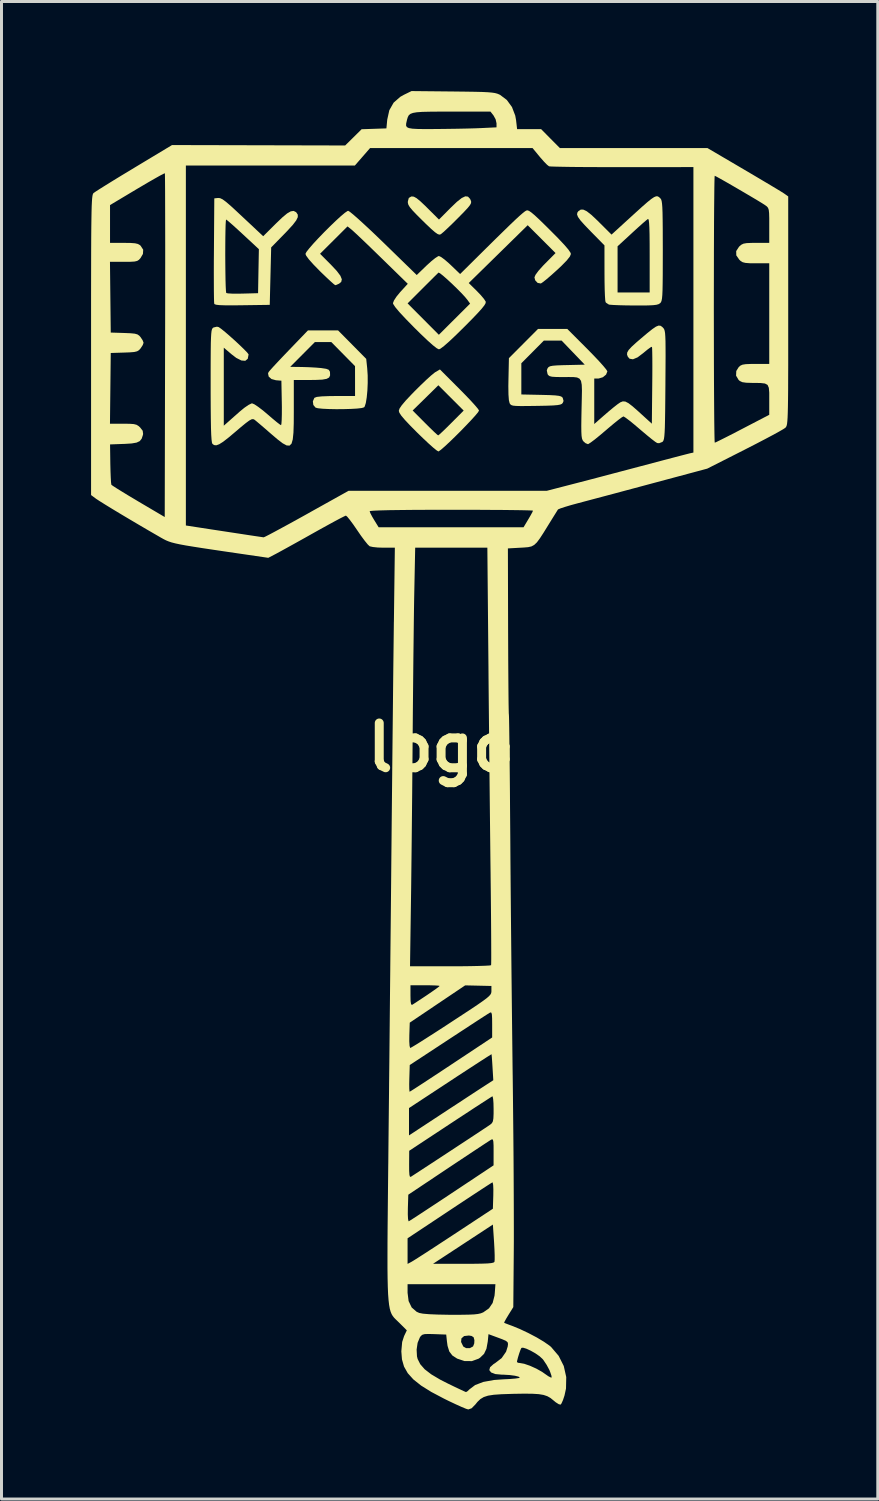
<source format=kicad_pcb>
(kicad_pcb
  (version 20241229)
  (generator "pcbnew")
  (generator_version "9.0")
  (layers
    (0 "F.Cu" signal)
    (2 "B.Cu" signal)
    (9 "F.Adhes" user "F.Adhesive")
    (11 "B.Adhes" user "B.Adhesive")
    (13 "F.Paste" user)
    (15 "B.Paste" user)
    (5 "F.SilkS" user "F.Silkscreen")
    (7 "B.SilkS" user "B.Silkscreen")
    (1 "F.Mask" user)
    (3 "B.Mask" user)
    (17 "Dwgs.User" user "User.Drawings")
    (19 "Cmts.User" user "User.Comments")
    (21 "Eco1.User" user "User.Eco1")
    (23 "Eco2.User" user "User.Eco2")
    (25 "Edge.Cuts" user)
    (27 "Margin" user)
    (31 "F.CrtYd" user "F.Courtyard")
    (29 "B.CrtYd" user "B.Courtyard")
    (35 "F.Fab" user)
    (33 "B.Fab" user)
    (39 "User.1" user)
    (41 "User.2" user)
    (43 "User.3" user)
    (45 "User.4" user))
  (footprint "logo"
    (layer "F.Cu")
    (at 11.723 21.985)
    (property "Reference" "logo" (at 0 0 0) (layer "F.SilkS") (effects (font (size 1.5 1.5) (thickness 0.3))))
    (attr board_only exclude_from_pos_files exclude_from_bom)
    (fp_poly (pts (xy 0.9 -18.45) (xy 0.968 -18.377) (xy 0.987 -18.339) (xy 1.006 -18.286) (xy 1.003 -18.234) (xy 0.969 -18.168) (xy 0.896 -18.076) (xy 0.773 -17.944) (xy 0.591 -17.758) (xy 0.558 -17.725) (xy 0.376 -17.544) (xy 0.211 -17.386) (xy 0.08 -17.265) (xy -0.003 -17.196) (xy -0.016 -17.187) (xy -0.061 -17.177) (xy -0.121 -17.199) (xy -0.209 -17.261) (xy -0.336 -17.372) (xy -0.513 -17.54) (xy -0.616 -17.641) (xy -0.818 -17.842) (xy -0.958 -17.989) (xy -1.048 -18.097) (xy -1.096 -18.177) (xy -1.114 -18.244) (xy -1.113 -18.292) (xy -1.082 -18.405) (xy -1.003 -18.452) (xy -0.982 -18.456) (xy -0.913 -18.448) (xy -0.823 -18.399) (xy -0.7 -18.299) (xy -0.53 -18.139) (xy -0.468 -18.077) (xy -0.071 -17.682) (xy 0.317 -18.073) (xy 0.528 -18.275) (xy 0.69 -18.403) (xy 0.811 -18.46)) (stroke (width 0) (type solid)) (fill yes) (layer "F.SilkS"))
    (fp_poly (pts (xy 0.615 -12.007) (xy 0.82 -11.799) (xy 0.999 -11.611) (xy 1.141 -11.454) (xy 1.235 -11.342) (xy 1.27 -11.286) (xy 1.27 -11.286) (xy 1.237 -11.228) (xy 1.145 -11.117) (xy 1.009 -10.967) (xy 0.841 -10.79) (xy 0.656 -10.599) (xy 0.465 -10.409) (xy 0.283 -10.233) (xy 0.123 -10.084) (xy -0.002 -9.975) (xy -0.079 -9.92) (xy -0.091 -9.916) (xy -0.147 -9.949) (xy -0.26 -10.04) (xy -0.416 -10.179) (xy -0.603 -10.355) (xy -0.79 -10.536) (xy -1.034 -10.782) (xy -1.212 -10.971) (xy -1.331 -11.111) (xy -1.397 -11.211) (xy -1.417 -11.276) (xy -1.413 -11.287) (xy -0.953 -11.287) (xy -0.538 -10.87) (xy -0.376 -10.709) (xy -0.239 -10.576) (xy -0.142 -10.487) (xy -0.098 -10.453) (xy -0.098 -10.453) (xy -0.055 -10.486) (xy 0.042 -10.575) (xy 0.178 -10.706) (xy 0.34 -10.867) (xy 0.342 -10.869) (xy 0.756 -11.284) (xy 0.332 -11.708) (xy -0.092 -12.132) (xy -0.522 -11.709) (xy -0.953 -11.287) (xy -1.413 -11.287) (xy -1.393 -11.351) (xy -1.318 -11.462) (xy -1.186 -11.619) (xy -0.989 -11.828) (xy -0.881 -11.939) (xy -0.684 -12.134) (xy -0.499 -12.311) (xy -0.341 -12.454) (xy -0.227 -12.548) (xy -0.193 -12.572) (xy -0.039 -12.662)) (stroke (width 0) (type solid)) (fill yes) (layer "F.SilkS"))
    (fp_poly (pts (xy -7.403 -18.399) (xy -7.32 -18.36) (xy -7.208 -18.278) (xy -7.052 -18.145) (xy -6.842 -17.952) (xy -6.834 -17.944) (xy -6.632 -17.755) (xy -6.439 -17.575) (xy -6.275 -17.421) (xy -6.158 -17.311) (xy -6.142 -17.296) (xy -5.958 -17.124) (xy -5.53 -17.55) (xy -5.318 -17.753) (xy -5.157 -17.887) (xy -5.035 -17.957) (xy -4.94 -17.971) (xy -4.863 -17.933) (xy -4.846 -17.917) (xy -4.8 -17.846) (xy -4.8 -17.762) (xy -4.853 -17.653) (xy -4.964 -17.507) (xy -5.141 -17.313) (xy -5.239 -17.211) (xy -5.691 -16.749) (xy -5.715 -15.787) (xy -5.739 -14.825) (xy -6.656 -14.812) (xy -6.995 -14.808) (xy -7.246 -14.81) (xy -7.422 -14.816) (xy -7.532 -14.829) (xy -7.587 -14.848) (xy -7.597 -14.861) (xy -7.603 -14.922) (xy -7.607 -15.071) (xy -7.61 -15.293) (xy -7.611 -15.579) (xy -7.612 -15.917) (xy -7.611 -16.294) (xy -7.609 -16.496) (xy -7.229 -16.496) (xy -7.227 -16.198) (xy -7.224 -15.913) (xy -7.22 -15.657) (xy -7.214 -15.447) (xy -7.206 -15.298) (xy -7.197 -15.226) (xy -7.195 -15.222) (xy -7.135 -15.209) (xy -6.999 -15.201) (xy -6.809 -15.199) (xy -6.646 -15.202) (xy -6.13 -15.216) (xy -6.117 -15.953) (xy -6.103 -16.69) (xy -6.637 -17.186) (xy -6.826 -17.36) (xy -6.989 -17.507) (xy -7.114 -17.616) (xy -7.187 -17.675) (xy -7.2 -17.682) (xy -7.209 -17.636) (xy -7.217 -17.508) (xy -7.222 -17.314) (xy -7.226 -17.07) (xy -7.228 -16.792) (xy -7.229 -16.496) (xy -7.609 -16.496) (xy -7.608 -16.657) (xy -7.596 -18.391) (xy -7.469 -18.405)) (stroke (width 0) (type solid)) (fill yes) (layer "F.SilkS"))
    (fp_poly (pts (xy 7.253 -18.46) (xy 7.297 -18.435) (xy 7.343 -18.392) (xy 7.348 -18.387) (xy 7.369 -18.356) (xy 7.386 -18.302) (xy 7.399 -18.217) (xy 7.409 -18.089) (xy 7.416 -17.909) (xy 7.42 -17.667) (xy 7.423 -17.355) (xy 7.424 -16.961) (xy 7.425 -16.636) (xy 7.424 -16.186) (xy 7.423 -15.823) (xy 7.42 -15.538) (xy 7.416 -15.32) (xy 7.409 -15.16) (xy 7.399 -15.047) (xy 7.385 -14.971) (xy 7.368 -14.923) (xy 7.346 -14.891) (xy 7.335 -14.881) (xy 7.288 -14.85) (xy 7.214 -14.828) (xy 7.099 -14.814) (xy 6.928 -14.806) (xy 6.684 -14.804) (xy 6.468 -14.804) (xy 6.198 -14.807) (xy 5.959 -14.813) (xy 5.77 -14.821) (xy 5.649 -14.83) (xy 5.617 -14.836) (xy 5.529 -14.893) (xy 5.508 -14.918) (xy 5.497 -14.981) (xy 5.487 -15.127) (xy 5.479 -15.337) (xy 5.474 -15.597) (xy 5.472 -15.889) (xy 5.472 -15.894) (xy 5.471 -16.786) (xy 5.91 -16.786) (xy 5.91 -16.013) (xy 5.91 -15.24) (xy 6.448 -15.24) (xy 6.985 -15.24) (xy 6.985 -16.488) (xy 6.984 -16.883) (xy 6.981 -17.188) (xy 6.975 -17.413) (xy 6.966 -17.568) (xy 6.954 -17.66) (xy 6.938 -17.7) (xy 6.924 -17.7) (xy 6.867 -17.655) (xy 6.753 -17.557) (xy 6.599 -17.419) (xy 6.42 -17.256) (xy 6.387 -17.225) (xy 5.91 -16.786) (xy 5.471 -16.786) (xy 5.471 -16.817) (xy 5.007 -17.289) (xy 4.804 -17.5) (xy 4.665 -17.656) (xy 4.584 -17.77) (xy 4.553 -17.853) (xy 4.565 -17.918) (xy 4.601 -17.966) (xy 4.677 -18.015) (xy 4.766 -18.014) (xy 4.881 -17.958) (xy 5.033 -17.839) (xy 5.232 -17.652) (xy 5.283 -17.601) (xy 5.708 -17.178) (xy 6.212 -17.639) (xy 6.504 -17.905) (xy 6.733 -18.112) (xy 6.908 -18.265) (xy 7.038 -18.37) (xy 7.133 -18.433) (xy 7.202 -18.461)) (stroke (width 0) (type solid)) (fill yes) (layer "F.SilkS"))
    (fp_poly (pts (xy 2.944 -17.973) (xy 3.023 -17.919) (xy 3.136 -17.824) (xy 3.293 -17.678) (xy 3.503 -17.473) (xy 3.643 -17.334) (xy 3.92 -17.055) (xy 4.126 -16.836) (xy 4.264 -16.675) (xy 4.335 -16.569) (xy 4.347 -16.528) (xy 4.313 -16.445) (xy 4.209 -16.313) (xy 4.031 -16.131) (xy 3.879 -15.989) (xy 3.698 -15.826) (xy 3.538 -15.688) (xy 3.415 -15.59) (xy 3.345 -15.543) (xy 3.34 -15.541) (xy 3.233 -15.56) (xy 3.152 -15.646) (xy 3.126 -15.746) (xy 3.162 -15.831) (xy 3.261 -15.966) (xy 3.414 -16.137) (xy 3.48 -16.204) (xy 3.833 -16.56) (xy 3.367 -17.026) (xy 2.9 -17.492) (xy 1.913 -16.524) (xy 0.926 -15.556) (xy 1.196 -15.29) (xy 1.33 -15.15) (xy 1.435 -15.025) (xy 1.492 -14.938) (xy 1.495 -14.93) (xy 1.491 -14.883) (xy 1.449 -14.809) (xy 1.364 -14.701) (xy 1.228 -14.55) (xy 1.035 -14.348) (xy 0.777 -14.088) (xy 0.775 -14.086) (xy 0.5 -13.815) (xy 0.272 -13.6) (xy 0.096 -13.446) (xy -0.023 -13.357) (xy -0.073 -13.335) (xy -0.145 -13.371) (xy -0.277 -13.474) (xy -0.464 -13.641) (xy -0.701 -13.867) (xy -0.892 -14.056) (xy -1.18 -14.35) (xy -1.395 -14.581) (xy -1.536 -14.749) (xy -1.605 -14.855) (xy -1.61 -14.874) (xy -1.122 -14.874) (xy -0.599 -14.349) (xy -0.075 -13.823) (xy 0.448 -14.345) (xy 0.971 -14.866) (xy 0.881 -14.992) (xy 0.798 -15.093) (xy 0.673 -15.227) (xy 0.522 -15.379) (xy 0.36 -15.536) (xy 0.203 -15.681) (xy 0.066 -15.801) (xy -0.035 -15.881) (xy -0.085 -15.906) (xy -0.087 -15.906) (xy -0.132 -15.861) (xy -0.234 -15.761) (xy -0.377 -15.618) (xy -0.55 -15.446) (xy -0.622 -15.374) (xy -1.122 -14.874) (xy -1.61 -14.874) (xy -1.612 -14.883) (xy -1.58 -14.969) (xy -1.496 -15.099) (xy -1.376 -15.246) (xy -1.364 -15.259) (xy -1.116 -15.53) (xy -1.996 -16.389) (xy -2.244 -16.63) (xy -2.475 -16.854) (xy -2.679 -17.049) (xy -2.844 -17.204) (xy -2.959 -17.31) (xy -3.005 -17.35) (xy -3.135 -17.452) (xy -3.594 -16.994) (xy -4.054 -16.536) (xy -3.688 -16.168) (xy -3.493 -15.96) (xy -3.373 -15.8) (xy -3.325 -15.681) (xy -3.345 -15.593) (xy -3.416 -15.535) (xy -3.506 -15.494) (xy -3.545 -15.484) (xy -3.591 -15.517) (xy -3.692 -15.606) (xy -3.835 -15.739) (xy -4.006 -15.903) (xy -4.061 -15.957) (xy -4.274 -16.175) (xy -4.429 -16.349) (xy -4.52 -16.474) (xy -4.543 -16.532) (xy -4.509 -16.599) (xy -4.416 -16.718) (xy -4.278 -16.877) (xy -4.106 -17.062) (xy -3.916 -17.259) (xy -3.719 -17.455) (xy -3.529 -17.638) (xy -3.36 -17.793) (xy -3.223 -17.908) (xy -3.133 -17.969) (xy -3.112 -17.975) (xy -3.057 -17.942) (xy -2.942 -17.849) (xy -2.775 -17.703) (xy -2.567 -17.513) (xy -2.325 -17.288) (xy -2.06 -17.034) (xy -1.921 -16.9) (xy -0.816 -15.824) (xy -0.486 -16.143) (xy -0.333 -16.282) (xy -0.198 -16.391) (xy -0.102 -16.452) (xy -0.074 -16.461) (xy -0.003 -16.429) (xy 0.115 -16.343) (xy 0.259 -16.219) (xy 0.322 -16.16) (xy 0.637 -15.858) (xy 1.48 -16.693) (xy 1.819 -17.028) (xy 2.097 -17.3) (xy 2.319 -17.516) (xy 2.494 -17.683) (xy 2.628 -17.806) (xy 2.728 -17.893) (xy 2.801 -17.951) (xy 2.85 -17.982) (xy 2.889 -17.991)) (stroke (width 0) (type solid)) (fill yes) (layer "F.SilkS"))
    (fp_poly (pts (xy -7.448 -14.08) (xy -7.361 -14.019) (xy -7.229 -13.912) (xy -7.071 -13.775) (xy -6.902 -13.624) (xy -6.739 -13.472) (xy -6.599 -13.336) (xy -6.496 -13.23) (xy -6.449 -13.168) (xy -6.448 -13.163) (xy -6.476 -13.018) (xy -6.559 -12.951) (xy -6.689 -12.962) (xy -6.861 -13.049) (xy -7.016 -13.168) (xy -7.278 -13.391) (xy -7.278 -12.085) (xy -7.278 -10.778) (xy -7.168 -10.875) (xy -7.08 -10.953) (xy -6.945 -11.073) (xy -6.787 -11.212) (xy -6.745 -11.25) (xy -6.589 -11.378) (xy -6.449 -11.474) (xy -6.349 -11.523) (xy -6.329 -11.526) (xy -6.253 -11.494) (xy -6.125 -11.409) (xy -5.962 -11.285) (xy -5.813 -11.159) (xy -5.644 -11.014) (xy -5.502 -10.896) (xy -5.401 -10.819) (xy -5.36 -10.795) (xy -5.348 -10.841) (xy -5.339 -10.968) (xy -5.334 -11.159) (xy -5.333 -11.398) (xy -5.335 -11.54) (xy -5.349 -12.285) (xy -5.532 -12.3) (xy -5.681 -12.341) (xy -5.774 -12.423) (xy -5.796 -12.526) (xy -5.778 -12.573) (xy -5.733 -12.628) (xy -5.632 -12.741) (xy -5.485 -12.899) (xy -5.304 -13.091) (xy -5.1 -13.304) (xy -5.099 -13.305) (xy -4.459 -13.97) (xy -3.955 -13.97) (xy -3.451 -13.97) (xy -2.979 -13.493) (xy -2.508 -13.016) (xy -2.475 -12.702) (xy -2.459 -12.465) (xy -2.458 -12.209) (xy -2.469 -11.955) (xy -2.491 -11.725) (xy -2.521 -11.54) (xy -2.559 -11.421) (xy -2.58 -11.393) (xy -2.657 -11.37) (xy -2.811 -11.352) (xy -3.019 -11.34) (xy -3.26 -11.333) (xy -3.513 -11.331) (xy -3.756 -11.336) (xy -3.967 -11.346) (xy -4.124 -11.362) (xy -4.204 -11.383) (xy -4.279 -11.471) (xy -4.295 -11.594) (xy -4.246 -11.707) (xy -4.24 -11.713) (xy -4.163 -11.742) (xy -3.997 -11.76) (xy -3.738 -11.77) (xy -3.532 -11.772) (xy -2.882 -11.772) (xy -2.882 -12.273) (xy -2.883 -12.773) (xy -3.28 -13.176) (xy -3.677 -13.579) (xy -3.952 -13.579) (xy -4.227 -13.579) (xy -4.64 -13.164) (xy -5.053 -12.749) (xy -4.664 -12.744) (xy -4.432 -12.737) (xy -4.197 -12.724) (xy -4.008 -12.708) (xy -4.005 -12.707) (xy -3.848 -12.683) (xy -3.764 -12.651) (xy -3.728 -12.597) (xy -3.721 -12.563) (xy -3.718 -12.462) (xy -3.751 -12.392) (xy -3.834 -12.347) (xy -3.979 -12.321) (xy -4.201 -12.311) (xy -4.378 -12.309) (xy -4.933 -12.309) (xy -4.933 -11.265) (xy -4.935 -10.86) (xy -4.945 -10.547) (xy -4.968 -10.321) (xy -5.009 -10.178) (xy -5.076 -10.111) (xy -5.173 -10.117) (xy -5.305 -10.188) (xy -5.48 -10.322) (xy -5.702 -10.511) (xy -5.733 -10.538) (xy -5.912 -10.694) (xy -6.071 -10.83) (xy -6.192 -10.932) (xy -6.253 -10.981) (xy -6.295 -10.999) (xy -6.348 -10.992) (xy -6.426 -10.95) (xy -6.541 -10.865) (xy -6.706 -10.73) (xy -6.884 -10.578) (xy -7.122 -10.378) (xy -7.301 -10.239) (xy -7.433 -10.156) (xy -7.53 -10.121) (xy -7.603 -10.129) (xy -7.659 -10.17) (xy -7.675 -10.213) (xy -7.688 -10.312) (xy -7.699 -10.473) (xy -7.707 -10.703) (xy -7.712 -11.008) (xy -7.716 -11.395) (xy -7.718 -11.87) (xy -7.718 -12.122) (xy -7.718 -12.602) (xy -7.717 -12.993) (xy -7.715 -13.306) (xy -7.712 -13.548) (xy -7.706 -13.73) (xy -7.698 -13.861) (xy -7.688 -13.95) (xy -7.673 -14.007) (xy -7.655 -14.041) (xy -7.633 -14.06) (xy -7.619 -14.068) (xy -7.507 -14.094)) (stroke (width 0) (type solid)) (fill yes) (layer "F.SilkS"))
    (fp_poly (pts (xy 7.343 -14.127) (xy 7.399 -14.092) (xy 7.425 -14.067) (xy 7.451 -14.039) (xy 7.472 -14.004) (xy 7.488 -13.953) (xy 7.501 -13.875) (xy 7.509 -13.763) (xy 7.515 -13.604) (xy 7.517 -13.391) (xy 7.518 -13.113) (xy 7.516 -12.76) (xy 7.513 -12.324) (xy 7.512 -12.133) (xy 7.508 -11.66) (xy 7.504 -11.275) (xy 7.499 -10.969) (xy 7.494 -10.732) (xy 7.486 -10.554) (xy 7.476 -10.427) (xy 7.464 -10.341) (xy 7.448 -10.286) (xy 7.429 -10.252) (xy 7.408 -10.233) (xy 7.303 -10.192) (xy 7.237 -10.197) (xy 7.171 -10.239) (xy 7.049 -10.332) (xy 6.886 -10.465) (xy 6.699 -10.623) (xy 6.659 -10.657) (xy 6.472 -10.816) (xy 6.309 -10.948) (xy 6.184 -11.042) (xy 6.114 -11.086) (xy 6.107 -11.088) (xy 6.052 -11.058) (xy 5.939 -10.974) (xy 5.782 -10.848) (xy 5.595 -10.691) (xy 5.517 -10.624) (xy 5.322 -10.459) (xy 5.15 -10.319) (xy 5.015 -10.218) (xy 4.932 -10.165) (xy 4.917 -10.16) (xy 4.836 -10.193) (xy 4.767 -10.253) (xy 4.739 -10.293) (xy 4.718 -10.351) (xy 4.704 -10.439) (xy 4.697 -10.573) (xy 4.695 -10.764) (xy 4.698 -11.027) (xy 4.704 -11.348) (xy 4.712 -11.696) (xy 4.717 -11.959) (xy 4.71 -12.148) (xy 4.686 -12.276) (xy 4.635 -12.353) (xy 4.552 -12.393) (xy 4.429 -12.407) (xy 4.259 -12.408) (xy 4.068 -12.406) (xy 3.853 -12.409) (xy 3.714 -12.418) (xy 3.632 -12.439) (xy 3.585 -12.475) (xy 3.566 -12.505) (xy 3.54 -12.631) (xy 3.565 -12.699) (xy 3.596 -12.739) (xy 3.648 -12.768) (xy 3.739 -12.786) (xy 3.887 -12.798) (xy 4.108 -12.806) (xy 4.214 -12.808) (xy 4.811 -12.822) (xy 4.424 -13.225) (xy 4.037 -13.628) (xy 3.739 -13.628) (xy 3.441 -13.628) (xy 3.064 -13.248) (xy 2.687 -12.869) (xy 2.687 -12.346) (xy 2.687 -11.824) (xy 3.353 -11.81) (xy 3.626 -11.803) (xy 3.818 -11.793) (xy 3.943 -11.778) (xy 4.02 -11.757) (xy 4.062 -11.725) (xy 4.073 -11.711) (xy 4.101 -11.606) (xy 4.073 -11.54) (xy 4.043 -11.508) (xy 3.989 -11.485) (xy 3.897 -11.468) (xy 3.753 -11.456) (xy 3.543 -11.448) (xy 3.252 -11.442) (xy 3.184 -11.441) (xy 2.88 -11.437) (xy 2.659 -11.436) (xy 2.507 -11.44) (xy 2.409 -11.45) (xy 2.35 -11.469) (xy 2.316 -11.497) (xy 2.295 -11.53) (xy 2.27 -11.632) (xy 2.256 -11.825) (xy 2.252 -12.105) (xy 2.256 -12.336) (xy 2.271 -13.04) (xy 2.759 -13.53) (xy 3.246 -14.019) (xy 3.736 -14.019) (xy 4.226 -14.019) (xy 4.897 -13.347) (xy 5.105 -13.134) (xy 5.287 -12.942) (xy 5.432 -12.78) (xy 5.529 -12.662) (xy 5.568 -12.6) (xy 5.568 -12.597) (xy 5.525 -12.489) (xy 5.418 -12.401) (xy 5.28 -12.359) (xy 5.259 -12.358) (xy 5.129 -12.358) (xy 5.129 -11.596) (xy 5.129 -10.834) (xy 5.426 -11.095) (xy 5.596 -11.242) (xy 5.765 -11.383) (xy 5.9 -11.489) (xy 5.909 -11.496) (xy 6.004 -11.561) (xy 6.086 -11.593) (xy 6.171 -11.586) (xy 6.274 -11.533) (xy 6.411 -11.428) (xy 6.597 -11.265) (xy 6.692 -11.178) (xy 7.058 -10.845) (xy 7.071 -12.122) (xy 7.074 -12.465) (xy 7.075 -12.775) (xy 7.074 -13.039) (xy 7.071 -13.243) (xy 7.067 -13.375) (xy 7.061 -13.421) (xy 7.016 -13.403) (xy 6.92 -13.334) (xy 6.791 -13.228) (xy 6.781 -13.219) (xy 6.581 -13.067) (xy 6.425 -13.002) (xy 6.312 -13.021) (xy 6.254 -13.087) (xy 6.227 -13.159) (xy 6.233 -13.23) (xy 6.281 -13.313) (xy 6.381 -13.422) (xy 6.543 -13.57) (xy 6.684 -13.691) (xy 6.91 -13.882) (xy 7.076 -14.014) (xy 7.195 -14.095) (xy 7.28 -14.13)) (stroke (width 0) (type solid)) (fill yes) (layer "F.SilkS"))
    (fp_poly (pts (xy 0.396 -21.971) (xy 0.804 -21.966) (xy 1.126 -21.961) (xy 1.375 -21.955) (xy 1.563 -21.946) (xy 1.701 -21.934) (xy 1.803 -21.919) (xy 1.881 -21.898) (xy 1.945 -21.872) (xy 1.978 -21.855) (xy 2.2 -21.688) (xy 2.373 -21.451) (xy 2.483 -21.164) (xy 2.511 -21.009) (xy 2.545 -20.711) (xy 2.947 -20.711) (xy 3.349 -20.711) (xy 3.663 -20.393) (xy 3.978 -20.076) (xy 6.45 -20.076) (xy 8.921 -20.076) (xy 10.139 -19.361) (xy 10.458 -19.173) (xy 10.755 -18.997) (xy 11.019 -18.84) (xy 11.236 -18.71) (xy 11.395 -18.613) (xy 11.484 -18.557) (xy 11.491 -18.552) (xy 11.625 -18.457) (xy 11.625 -14.628) (xy 11.625 -13.927) (xy 11.625 -13.316) (xy 11.625 -12.791) (xy 11.623 -12.343) (xy 11.622 -11.967) (xy 11.619 -11.656) (xy 11.615 -11.404) (xy 11.61 -11.203) (xy 11.604 -11.049) (xy 11.596 -10.933) (xy 11.587 -10.849) (xy 11.576 -10.792) (xy 11.562 -10.754) (xy 11.547 -10.728) (xy 11.529 -10.709) (xy 11.526 -10.706) (xy 11.458 -10.661) (xy 11.314 -10.578) (xy 11.108 -10.465) (xy 10.85 -10.328) (xy 10.553 -10.173) (xy 10.229 -10.007) (xy 10.171 -9.977) (xy 8.914 -9.34) (xy 7.083 -8.849) (xy 6.643 -8.731) (xy 6.205 -8.614) (xy 5.785 -8.501) (xy 5.397 -8.398) (xy 5.058 -8.308) (xy 4.783 -8.235) (xy 4.595 -8.185) (xy 4.355 -8.12) (xy 4.151 -8.059) (xy 3.999 -8.009) (xy 3.919 -7.975) (xy 3.912 -7.969) (xy 3.876 -7.911) (xy 3.8 -7.789) (xy 3.696 -7.622) (xy 3.594 -7.457) (xy 3.432 -7.195) (xy 3.307 -7.003) (xy 3.208 -6.87) (xy 3.118 -6.785) (xy 3.026 -6.735) (xy 2.915 -6.71) (xy 2.773 -6.698) (xy 2.662 -6.692) (xy 2.237 -6.668) (xy 2.244 -3.918) (xy 2.246 -3.408) (xy 2.248 -2.926) (xy 2.251 -2.482) (xy 2.254 -2.085) (xy 2.257 -1.743) (xy 2.26 -1.466) (xy 2.264 -1.262) (xy 2.267 -1.14) (xy 2.27 -1.109) (xy 2.273 -1.053) (xy 2.277 -0.905) (xy 2.281 -0.675) (xy 2.285 -0.369) (xy 2.29 0.005) (xy 2.295 0.441) (xy 2.3 0.93) (xy 2.305 1.466) (xy 2.309 2.041) (xy 2.314 2.648) (xy 2.317 3.004) (xy 2.322 3.762) (xy 2.329 4.593) (xy 2.337 5.477) (xy 2.346 6.394) (xy 2.355 7.323) (xy 2.365 8.244) (xy 2.375 9.136) (xy 2.385 9.979) (xy 2.394 10.752) (xy 2.398 11.015) (xy 2.406 11.687) (xy 2.413 12.374) (xy 2.42 13.063) (xy 2.426 13.742) (xy 2.43 14.399) (xy 2.433 15.019) (xy 2.435 15.591) (xy 2.436 16.102) (xy 2.436 16.54) (xy 2.434 16.856) (xy 2.418 18.741) (xy 2.257 19) (xy 2.176 19.135) (xy 2.123 19.232) (xy 2.111 19.267) (xy 2.161 19.288) (xy 2.274 19.331) (xy 2.369 19.366) (xy 2.639 19.476) (xy 2.924 19.611) (xy 3.202 19.757) (xy 3.446 19.903) (xy 3.633 20.034) (xy 3.683 20.076) (xy 3.937 20.374) (xy 4.108 20.714) (xy 4.191 21.084) (xy 4.183 21.469) (xy 4.133 21.701) (xy 4.082 21.855) (xy 4.032 21.967) (xy 4.003 22.007) (xy 3.942 21.994) (xy 3.839 21.929) (xy 3.763 21.866) (xy 3.664 21.786) (xy 3.559 21.726) (xy 3.432 21.683) (xy 3.27 21.656) (xy 3.057 21.643) (xy 2.778 21.64) (xy 2.419 21.646) (xy 2.359 21.648) (xy 2.021 21.659) (xy 1.764 21.677) (xy 1.572 21.707) (xy 1.428 21.754) (xy 1.315 21.822) (xy 1.217 21.916) (xy 1.145 22.005) (xy 1.021 22.13) (xy 0.91 22.169) (xy 0.91 22.169) (xy 0.832 22.145) (xy 0.685 22.084) (xy 0.486 21.994) (xy 0.251 21.883) (xy 0.095 21.806) (xy -0.331 21.581) (xy -0.67 21.369) (xy -0.929 21.163) (xy -1.117 20.954) (xy -1.242 20.733) (xy -1.311 20.492) (xy -1.332 20.222) (xy -1.327 20.164) (xy -0.82 20.164) (xy -0.808 20.39) (xy -0.786 20.479) (xy -0.698 20.654) (xy -0.55 20.823) (xy -0.331 20.992) (xy -0.033 21.169) (xy 0.22 21.298) (xy 0.438 21.404) (xy 0.624 21.492) (xy 0.761 21.556) (xy 0.83 21.586) (xy 0.835 21.587) (xy 0.886 21.557) (xy 0.948 21.497) (xy 1.139 21.352) (xy 1.414 21.247) (xy 1.774 21.182) (xy 2.088 21.16) (xy 2.307 21.149) (xy 2.484 21.134) (xy 2.601 21.117) (xy 2.638 21.103) (xy 2.593 21.07) (xy 2.473 21.04) (xy 2.301 21.017) (xy 2.101 21.005) (xy 2.036 21.004) (xy 1.817 20.984) (xy 1.675 20.93) (xy 1.614 20.851) (xy 1.64 20.755) (xy 1.757 20.649) (xy 1.805 20.62) (xy 1.855 20.582) (xy 2.54 20.582) (xy 2.581 20.607) (xy 2.636 20.613) (xy 2.782 20.639) (xy 2.977 20.706) (xy 3.188 20.801) (xy 3.383 20.911) (xy 3.476 20.976) (xy 3.594 21.058) (xy 3.678 21.1) (xy 3.703 21.098) (xy 3.694 21.033) (xy 3.653 20.914) (xy 3.626 20.847) (xy 3.535 20.677) (xy 3.427 20.515) (xy 3.4 20.481) (xy 3.299 20.388) (xy 3.158 20.29) (xy 3.003 20.202) (xy 2.856 20.134) (xy 2.742 20.1) (xy 2.689 20.108) (xy 2.658 20.174) (xy 2.615 20.295) (xy 2.573 20.432) (xy 2.545 20.544) (xy 2.54 20.582) (xy 1.855 20.582) (xy 2.028 20.449) (xy 2.176 20.235) (xy 2.231 20.059) (xy 2.241 19.974) (xy 2.226 19.916) (xy 2.168 19.87) (xy 2.048 19.818) (xy 1.922 19.771) (xy 1.587 19.647) (xy 1.562 19.898) (xy 1.518 20.137) (xy 1.438 20.307) (xy 1.306 20.435) (xy 1.255 20.469) (xy 1.031 20.55) (xy 0.782 20.548) (xy 0.537 20.466) (xy 0.376 20.361) (xy 0.274 20.227) (xy 0.216 20.039) (xy 0.198 19.909) (xy 0.669 19.909) (xy 0.741 20.057) (xy 0.746 20.064) (xy 0.84 20.116) (xy 0.964 20.115) (xy 1.067 20.06) (xy 1.072 20.054) (xy 1.11 19.956) (xy 1.115 19.847) (xy 1.089 19.751) (xy 1.019 19.707) (xy 0.93 19.693) (xy 0.771 19.711) (xy 0.681 19.788) (xy 0.669 19.909) (xy 0.198 19.909) (xy 0.197 19.905) (xy 0.171 19.661) (xy -0.23 19.646) (xy -0.428 19.641) (xy -0.554 19.646) (xy -0.629 19.668) (xy -0.679 19.71) (xy -0.712 19.757) (xy -0.787 19.938) (xy -0.82 20.164) (xy -1.327 20.164) (xy -1.304 19.909) (xy -1.24 19.712) (xy -1.148 19.519) (xy -1.401 19.267) (xy -1.466 19.204) (xy -1.523 19.149) (xy -1.574 19.097) (xy -1.619 19.04) (xy -1.658 18.974) (xy -1.691 18.893) (xy -1.719 18.792) (xy -1.742 18.664) (xy -1.76 18.504) (xy -1.775 18.308) (xy -1.777 18.261) (xy -1.123 18.261) (xy -1.088 18.539) (xy -0.986 18.753) (xy -0.819 18.898) (xy -0.731 18.937) (xy -0.609 18.961) (xy -0.4 18.979) (xy -0.113 18.991) (xy 0.241 18.998) (xy 0.342 18.998) (xy 0.673 18.998) (xy 0.922 18.994) (xy 1.104 18.986) (xy 1.235 18.971) (xy 1.331 18.949) (xy 1.406 18.919) (xy 1.413 18.916) (xy 1.604 18.782) (xy 1.726 18.602) (xy 1.789 18.36) (xy 1.798 18.269) (xy 1.819 17.975) (xy 0.348 17.975) (xy -1.123 17.975) (xy -1.123 18.261) (xy -1.777 18.261) (xy -1.785 18.068) (xy -1.792 17.779) (xy -1.796 17.436) (xy -1.796 17.294) (xy -1.123 17.294) (xy -1.115 17.29) (xy -0.269 17.29) (xy 0.746 17.291) (xy 1.099 17.29) (xy 1.365 17.286) (xy 1.555 17.279) (xy 1.681 17.267) (xy 1.754 17.25) (xy 1.786 17.228) (xy 1.787 17.225) (xy 1.794 17.152) (xy 1.794 17.003) (xy 1.787 16.801) (xy 1.774 16.567) (xy 1.734 15.977) (xy 0.733 16.633) (xy -0.269 17.29) (xy -1.115 17.29) (xy -0.989 17.223) (xy -0.916 17.179) (xy -0.772 17.088) (xy -0.569 16.958) (xy -0.318 16.795) (xy -0.03 16.607) (xy 0.285 16.401) (xy 0.44 16.299) (xy 1.734 15.447) (xy 1.748 14.997) (xy 1.75 14.795) (xy 1.743 14.647) (xy 1.727 14.57) (xy 1.718 14.564) (xy 1.668 14.594) (xy 1.546 14.672) (xy 1.363 14.791) (xy 1.127 14.946) (xy 0.849 15.129) (xy 0.537 15.335) (xy 0.275 15.509) (xy -1.123 16.437) (xy -1.123 16.865) (xy -1.123 17.294) (xy -1.796 17.294) (xy -1.796 17.033) (xy -1.795 16.565) (xy -1.791 16.026) (xy -1.787 15.634) (xy -1.115 15.634) (xy -1.108 15.784) (xy -1.092 15.861) (xy -1.083 15.867) (xy -1.033 15.837) (xy -0.911 15.759) (xy -0.728 15.64) (xy -0.492 15.485) (xy -0.214 15.302) (xy 0.098 15.096) (xy 0.36 14.922) (xy 1.757 13.994) (xy 1.758 13.541) (xy 1.757 13.33) (xy 1.75 13.2) (xy 1.735 13.136) (xy 1.709 13.121) (xy 1.673 13.136) (xy 1.613 13.174) (xy 1.482 13.259) (xy 1.29 13.386) (xy 1.048 13.546) (xy 0.766 13.733) (xy 0.453 13.941) (xy 0.244 14.08) (xy -1.099 14.977) (xy -1.113 15.43) (xy -1.115 15.634) (xy -1.787 15.634) (xy -1.785 15.409) (xy -1.778 14.711) (xy -1.77 13.961) (xy -1.071 13.961) (xy -1.07 14.179) (xy -1.061 14.313) (xy -1.043 14.375) (xy -1.014 14.378) (xy -0.959 14.342) (xy -0.833 14.26) (xy -0.646 14.138) (xy -0.41 13.984) (xy -0.134 13.803) (xy 0.171 13.603) (xy 0.293 13.523) (xy 0.609 13.315) (xy 0.903 13.122) (xy 1.164 12.95) (xy 1.38 12.807) (xy 1.54 12.701) (xy 1.634 12.638) (xy 1.649 12.627) (xy 1.701 12.581) (xy 1.734 12.52) (xy 1.751 12.42) (xy 1.758 12.26) (xy 1.758 12.107) (xy 1.754 11.916) (xy 1.743 11.77) (xy 1.726 11.691) (xy 1.716 11.682) (xy 1.667 11.712) (xy 1.546 11.79) (xy 1.363 11.908) (xy 1.127 12.061) (xy 0.85 12.243) (xy 0.54 12.446) (xy 0.303 12.602) (xy -1.068 13.506) (xy -1.071 13.961) (xy -1.77 13.961) (xy -1.769 13.924) (xy -1.763 13.295) (xy -1.754 12.449) (xy -1.75 12.075) (xy -1.075 12.075) (xy -1.075 12.533) (xy -1.075 12.991) (xy -0.061 12.325) (xy 0.246 12.123) (xy 0.551 11.924) (xy 0.836 11.737) (xy 1.083 11.575) (xy 1.276 11.449) (xy 1.35 11.401) (xy 1.748 11.143) (xy 1.722 10.713) (xy 1.71 10.52) (xy 1.699 10.369) (xy 1.691 10.284) (xy 1.689 10.272) (xy 1.648 10.296) (xy 1.535 10.367) (xy 1.36 10.48) (xy 1.131 10.628) (xy 0.858 10.806) (xy 0.551 11.006) (xy 0.304 11.169) (xy -1.075 12.075) (xy -1.75 12.075) (xy -1.744 11.529) (xy -1.742 11.276) (xy -1.068 11.276) (xy -1.066 11.428) (xy -1.059 11.515) (xy -1.054 11.528) (xy -1.009 11.502) (xy -0.892 11.428) (xy -0.713 11.312) (xy -0.482 11.161) (xy -0.208 10.981) (xy 0.1 10.778) (xy 0.34 10.619) (xy 1.71 9.711) (xy 1.71 9.274) (xy 1.708 9.068) (xy 1.701 8.943) (xy 1.685 8.883) (xy 1.657 8.871) (xy 1.624 8.886) (xy 1.563 8.924) (xy 1.432 9.008) (xy 1.239 9.133) (xy 0.997 9.291) (xy 0.716 9.475) (xy 0.406 9.678) (xy 0.244 9.784) (xy -1.05 10.634) (xy -1.064 11.081) (xy -1.068 11.276) (xy -1.742 11.276) (xy -1.734 10.555) (xy -1.727 9.84) (xy -1.066 9.84) (xy -1.057 9.985) (xy -1.039 10.058) (xy -1.032 10.062) (xy -0.981 10.036) (xy -0.859 9.963) (xy -0.675 9.849) (xy -0.44 9.699) (xy -0.163 9.522) (xy 0.146 9.322) (xy 0.35 9.188) (xy 0.715 8.949) (xy 1.007 8.757) (xy 1.234 8.605) (xy 1.403 8.487) (xy 1.524 8.397) (xy 1.604 8.328) (xy 1.652 8.273) (xy 1.676 8.228) (xy 1.684 8.184) (xy 1.685 8.151) (xy 1.685 7.986) (xy 1.246 7.976) (xy 0.806 7.966) (xy -0.122 8.59) (xy -1.05 9.215) (xy -1.064 9.638) (xy -1.066 9.84) (xy -1.727 9.84) (xy -1.724 9.543) (xy -1.714 8.511) (xy -1.712 8.307) (xy -1.026 8.307) (xy -1.022 8.491) (xy -1.007 8.591) (xy -0.98 8.621) (xy -0.965 8.615) (xy -0.9 8.574) (xy -0.775 8.492) (xy -0.608 8.382) (xy -0.476 8.294) (xy -0.301 8.174) (xy -0.16 8.075) (xy -0.071 8.007) (xy -0.049 7.985) (xy -0.094 7.975) (xy -0.217 7.968) (xy -0.395 7.963) (xy -0.537 7.962) (xy -1.026 7.962) (xy -1.026 8.307) (xy -1.712 8.307) (xy -1.703 7.477) (xy -1.702 7.327) (xy -1.041 7.327) (xy 0.307 7.327) (xy 0.66 7.326) (xy 0.979 7.322) (xy 1.253 7.316) (xy 1.469 7.309) (xy 1.613 7.301) (xy 1.673 7.291) (xy 1.674 7.29) (xy 1.677 7.236) (xy 1.679 7.093) (xy 1.679 6.869) (xy 1.678 6.573) (xy 1.676 6.213) (xy 1.673 5.798) (xy 1.669 5.337) (xy 1.664 4.837) (xy 1.658 4.308) (xy 1.658 4.274) (xy 1.651 3.716) (xy 1.644 3.076) (xy 1.636 2.372) (xy 1.628 1.62) (xy 1.62 0.836) (xy 1.612 0.038) (xy 1.604 -0.758) (xy 1.596 -1.537) (xy 1.589 -2.28) (xy 1.586 -2.699) (xy 1.549 -6.692) (xy 0.341 -6.692) (xy -0.868 -6.692) (xy -0.897 -5.263) (xy -0.903 -4.96) (xy -0.909 -4.572) (xy -0.915 -4.112) (xy -0.921 -3.594) (xy -0.928 -3.03) (xy -0.934 -2.433) (xy -0.94 -1.817) (xy -0.946 -1.194) (xy -0.951 -0.577) (xy -0.952 -0.464) (xy -0.957 0.181) (xy -0.963 0.86) (xy -0.969 1.555) (xy -0.976 2.25) (xy -0.983 2.929) (xy -0.99 3.575) (xy -0.997 4.171) (xy -1.003 4.701) (xy -1.009 5.117) (xy -1.041 7.327) (xy -1.702 7.327) (xy -1.693 6.459) (xy -1.683 5.474) (xy -1.674 4.541) (xy -1.666 3.677) (xy -1.661 3.199) (xy -1.654 2.446) (xy -1.646 1.674) (xy -1.638 0.894) (xy -1.63 0.119) (xy -1.622 -0.641) (xy -1.614 -1.373) (xy -1.607 -2.065) (xy -1.6 -2.707) (xy -1.593 -3.287) (xy -1.587 -3.792) (xy -1.582 -4.211) (xy -1.581 -4.213) (xy -1.549 -6.692) (xy -1.926 -6.692) (xy -2.12 -6.698) (xy -2.284 -6.715) (xy -2.387 -6.738) (xy -2.394 -6.741) (xy -2.457 -6.8) (xy -2.557 -6.923) (xy -2.682 -7.091) (xy -2.811 -7.279) (xy -2.941 -7.468) (xy -3.056 -7.623) (xy -3.142 -7.728) (xy -3.188 -7.767) (xy -3.188 -7.767) (xy -3.243 -7.743) (xy -3.371 -7.679) (xy -3.559 -7.579) (xy -3.795 -7.45) (xy -4.067 -7.3) (xy -4.269 -7.187) (xy -4.573 -7.016) (xy -4.862 -6.855) (xy -5.122 -6.711) (xy -5.336 -6.593) (xy -5.49 -6.509) (xy -5.544 -6.48) (xy -5.788 -6.353) (xy -6.594 -6.471) (xy -7.141 -6.551) (xy -7.6 -6.619) (xy -7.981 -6.676) (xy -8.292 -6.725) (xy -8.544 -6.766) (xy -8.744 -6.803) (xy -8.902 -6.837) (xy -9.027 -6.869) (xy -9.128 -6.903) (xy -9.215 -6.939) (xy -9.295 -6.98) (xy -9.38 -7.027) (xy -9.45 -7.068) (xy -9.767 -7.251) (xy -10.095 -7.443) (xy -10.42 -7.635) (xy -10.729 -7.819) (xy -11.009 -7.988) (xy -11.247 -8.134) (xy -11.431 -8.249) (xy -11.546 -8.324) (xy -11.564 -8.337) (xy -11.723 -8.455) (xy -11.723 -13.476) (xy -11.723 -14.288) (xy -11.723 -15.008) (xy -11.722 -15.642) (xy -11.721 -16.195) (xy -11.721 -16.266) (xy -11.09 -16.266) (xy -11.077 -15.081) (xy -11.064 -13.897) (xy -10.614 -13.883) (xy -10.399 -13.874) (xy -10.259 -13.86) (xy -10.17 -13.835) (xy -10.109 -13.793) (xy -10.064 -13.742) (xy -9.995 -13.637) (xy -9.965 -13.557) (xy -9.965 -13.555) (xy -9.993 -13.477) (xy -10.061 -13.372) (xy -10.064 -13.368) (xy -10.119 -13.307) (xy -10.183 -13.269) (xy -10.279 -13.246) (xy -10.43 -13.234) (xy -10.614 -13.227) (xy -11.064 -13.213) (xy -11.077 -12.028) (xy -11.09 -10.844) (xy -10.647 -10.844) (xy -10.433 -10.842) (xy -10.292 -10.832) (xy -10.199 -10.808) (xy -10.131 -10.766) (xy -10.08 -10.719) (xy -9.994 -10.609) (xy -9.98 -10.501) (xy -9.988 -10.463) (xy -10.028 -10.343) (xy -10.092 -10.262) (xy -10.198 -10.212) (xy -10.364 -10.183) (xy -10.608 -10.168) (xy -10.625 -10.168) (xy -11.087 -10.151) (xy -11.078 -9.495) (xy -11.072 -9.25) (xy -11.064 -9.041) (xy -11.055 -8.886) (xy -11.044 -8.805) (xy -11.042 -8.799) (xy -10.993 -8.763) (xy -10.873 -8.685) (xy -10.695 -8.575) (xy -10.471 -8.438) (xy -10.214 -8.285) (xy -10.136 -8.238) (xy -9.256 -7.719) (xy -9.244 -13.466) (xy -9.242 -14.207) (xy -9.241 -14.92) (xy -9.241 -15.6) (xy -9.24 -16.241) (xy -9.24 -16.836) (xy -9.241 -17.379) (xy -9.242 -17.864) (xy -9.243 -18.286) (xy -9.244 -18.638) (xy -9.246 -18.914) (xy -9.248 -19.108) (xy -9.25 -19.214) (xy -9.251 -19.232) (xy -9.297 -19.214) (xy -9.414 -19.153) (xy -9.59 -19.054) (xy -9.813 -18.926) (xy -10.069 -18.775) (xy -10.18 -18.71) (xy -11.088 -18.167) (xy -11.088 -17.534) (xy -11.088 -16.901) (xy -10.624 -16.901) (xy -10.399 -16.898) (xy -10.25 -16.887) (xy -10.153 -16.864) (xy -10.087 -16.826) (xy -10.062 -16.803) (xy -9.977 -16.671) (xy -9.986 -16.53) (xy -10.066 -16.394) (xy -10.119 -16.334) (xy -10.178 -16.297) (xy -10.265 -16.276) (xy -10.404 -16.268) (xy -10.617 -16.266) (xy -10.628 -16.266) (xy -11.09 -16.266) (xy -11.721 -16.266) (xy -11.72 -16.672) (xy -11.718 -17.08) (xy -11.715 -17.424) (xy -11.711 -17.709) (xy -11.707 -17.942) (xy -11.702 -18.127) (xy -11.695 -18.272) (xy -11.688 -18.38) (xy -11.679 -18.458) (xy -11.669 -18.511) (xy -11.657 -18.545) (xy -11.644 -18.565) (xy -11.638 -18.572) (xy -11.575 -18.615) (xy -11.44 -18.702) (xy -11.244 -18.825) (xy -10.997 -18.978) (xy -10.711 -19.153) (xy -10.396 -19.343) (xy -10.282 -19.412) (xy -10.153 -19.49) (xy -8.548 -19.49) (xy -8.548 -13.463) (xy -8.548 -7.436) (xy -7.705 -7.306) (xy -7.383 -7.257) (xy -7.056 -7.207) (xy -6.74 -7.159) (xy -6.453 -7.115) (xy -6.213 -7.079) (xy -6.036 -7.053) (xy -5.943 -7.039) (xy -5.892 -7.061) (xy -5.766 -7.125) (xy -5.576 -7.226) (xy -5.332 -7.358) (xy -5.043 -7.515) (xy -4.721 -7.693) (xy -4.501 -7.815) (xy -4.325 -7.914) (xy -2.393 -7.914) (xy -2.37 -7.849) (xy -2.308 -7.731) (xy -2.243 -7.621) (xy -2.092 -7.376) (xy 0.335 -7.376) (xy 2.761 -7.376) (xy 2.919 -7.64) (xy 3.002 -7.782) (xy 3.059 -7.888) (xy 3.077 -7.933) (xy 3.03 -7.938) (xy 2.894 -7.943) (xy 2.677 -7.948) (xy 2.389 -7.952) (xy 2.038 -7.956) (xy 1.633 -7.958) (xy 1.183 -7.961) (xy 0.697 -7.962) (xy 0.342 -7.962) (xy -0.302 -7.961) (xy -0.865 -7.959) (xy -1.343 -7.954) (xy -1.735 -7.949) (xy -2.038 -7.941) (xy -2.25 -7.932) (xy -2.368 -7.922) (xy -2.393 -7.914) (xy -4.325 -7.914) (xy -3.1 -8.597) (xy 0.221 -8.598) (xy 3.541 -8.598) (xy 4.372 -8.813) (xy 4.638 -8.882) (xy 4.977 -8.97) (xy 5.369 -9.073) (xy 5.792 -9.185) (xy 6.225 -9.299) (xy 6.648 -9.411) (xy 6.716 -9.429) (xy 7.09 -9.528) (xy 7.437 -9.62) (xy 7.745 -9.701) (xy 8.002 -9.768) (xy 8.195 -9.818) (xy 8.313 -9.848) (xy 8.34 -9.855) (xy 8.45 -9.878) (xy 8.45 -14.658) (xy 8.45 -14.678) (xy 9.134 -14.678) (xy 9.135 -14.027) (xy 9.136 -13.404) (xy 9.137 -12.816) (xy 9.139 -12.271) (xy 9.142 -11.774) (xy 9.145 -11.334) (xy 9.148 -10.956) (xy 9.152 -10.648) (xy 9.156 -10.416) (xy 9.16 -10.268) (xy 9.165 -10.209) (xy 9.165 -10.209) (xy 9.216 -10.23) (xy 9.34 -10.291) (xy 9.524 -10.383) (xy 9.754 -10.5) (xy 10.018 -10.637) (xy 10.093 -10.676) (xy 10.99 -11.143) (xy 10.99 -11.647) (xy 10.99 -11.886) (xy 10.976 -12.046) (xy 10.934 -12.142) (xy 10.846 -12.191) (xy 10.696 -12.208) (xy 10.468 -12.211) (xy 10.416 -12.211) (xy 10.217 -12.217) (xy 10.088 -12.236) (xy 10.003 -12.276) (xy 9.965 -12.309) (xy 9.879 -12.453) (xy 9.886 -12.61) (xy 9.967 -12.74) (xy 10.024 -12.79) (xy 10.096 -12.822) (xy 10.205 -12.839) (xy 10.375 -12.846) (xy 10.528 -12.847) (xy 10.99 -12.847) (xy 10.99 -14.532) (xy 10.99 -16.217) (xy 10.549 -16.217) (xy 10.334 -16.219) (xy 10.193 -16.23) (xy 10.1 -16.253) (xy 10.032 -16.295) (xy 9.987 -16.337) (xy 9.886 -16.483) (xy 9.883 -16.626) (xy 9.978 -16.772) (xy 9.987 -16.781) (xy 10.053 -16.838) (xy 10.126 -16.874) (xy 10.232 -16.893) (xy 10.394 -16.9) (xy 10.549 -16.901) (xy 10.99 -16.901) (xy 10.99 -17.484) (xy 10.99 -17.73) (xy 10.985 -17.898) (xy 10.973 -18.006) (xy 10.949 -18.074) (xy 10.911 -18.12) (xy 10.856 -18.161) (xy 10.768 -18.218) (xy 10.62 -18.309) (xy 10.427 -18.424) (xy 10.207 -18.554) (xy 9.973 -18.691) (xy 9.743 -18.825) (xy 9.531 -18.947) (xy 9.354 -19.047) (xy 9.227 -19.117) (xy 9.166 -19.147) (xy 9.163 -19.148) (xy 9.159 -19.1) (xy 9.155 -18.961) (xy 9.151 -18.739) (xy 9.148 -18.439) (xy 9.144 -18.069) (xy 9.141 -17.635) (xy 9.139 -17.145) (xy 9.137 -16.605) (xy 9.136 -16.022) (xy 9.135 -15.403) (xy 9.134 -14.754) (xy 9.134 -14.678) (xy 8.45 -14.678) (xy 8.45 -19.439) (xy 6.068 -19.437) (xy 5.593 -19.437) (xy 5.147 -19.439) (xy 4.739 -19.441) (xy 4.379 -19.444) (xy 4.077 -19.449) (xy 3.842 -19.454) (xy 3.685 -19.459) (xy 3.615 -19.465) (xy 3.614 -19.466) (xy 3.549 -19.516) (xy 3.445 -19.622) (xy 3.322 -19.762) (xy 3.302 -19.786) (xy 3.063 -20.076) (xy 0.342 -20.076) (xy -2.379 -20.076) (xy -2.634 -19.783) (xy -2.889 -19.49) (xy -5.718 -19.49) (xy -8.548 -19.49) (xy -10.153 -19.49) (xy -9.012 -20.177) (xy -6.112 -20.17) (xy -3.213 -20.163) (xy -2.937 -20.435) (xy -2.662 -20.707) (xy -2.247 -20.721) (xy -1.832 -20.735) (xy -1.823 -20.828) (xy -1.173 -20.828) (xy -1.146 -20.778) (xy -1.079 -20.745) (xy -0.959 -20.725) (xy -0.775 -20.715) (xy -0.517 -20.712) (xy -0.173 -20.714) (xy -0.16 -20.714) (xy 0.182 -20.718) (xy 0.533 -20.723) (xy 0.864 -20.73) (xy 1.148 -20.738) (xy 1.331 -20.745) (xy 1.856 -20.77) (xy 1.856 -20.905) (xy 1.826 -21.039) (xy 1.755 -21.168) (xy 1.654 -21.297) (xy 0.346 -21.297) (xy -0.063 -21.297) (xy -0.385 -21.294) (xy -0.632 -21.288) (xy -0.814 -21.275) (xy -0.942 -21.253) (xy -1.028 -21.221) (xy -1.082 -21.175) (xy -1.115 -21.113) (xy -1.139 -21.034) (xy -1.149 -20.992) (xy -1.17 -20.899) (xy -1.173 -20.828) (xy -1.823 -20.828) (xy -1.804 -21.029) (xy -1.734 -21.344) (xy -1.59 -21.597) (xy -1.368 -21.792) (xy -1.247 -21.86) (xy -0.991 -21.985)) (stroke (width 0) (type solid)) (fill yes) (layer "F.SilkS")))
  (gr_rect
    (start -3 -3)
    (end 26.348 47.154)
    (stroke (width 0.1) (type default))
    (fill no)
    (layer "Edge.Cuts")))
</source>
